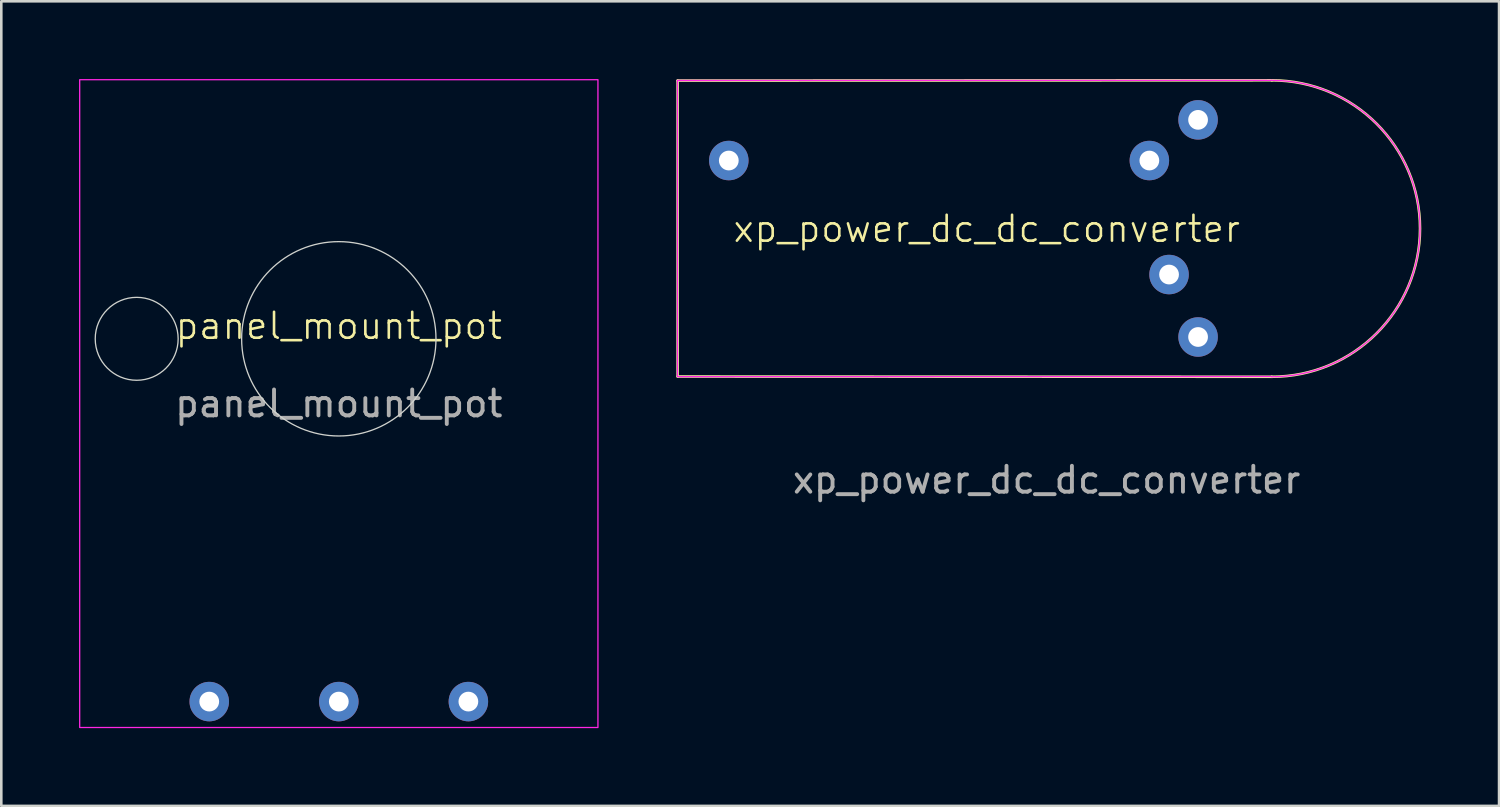
<source format=kicad_pcb>
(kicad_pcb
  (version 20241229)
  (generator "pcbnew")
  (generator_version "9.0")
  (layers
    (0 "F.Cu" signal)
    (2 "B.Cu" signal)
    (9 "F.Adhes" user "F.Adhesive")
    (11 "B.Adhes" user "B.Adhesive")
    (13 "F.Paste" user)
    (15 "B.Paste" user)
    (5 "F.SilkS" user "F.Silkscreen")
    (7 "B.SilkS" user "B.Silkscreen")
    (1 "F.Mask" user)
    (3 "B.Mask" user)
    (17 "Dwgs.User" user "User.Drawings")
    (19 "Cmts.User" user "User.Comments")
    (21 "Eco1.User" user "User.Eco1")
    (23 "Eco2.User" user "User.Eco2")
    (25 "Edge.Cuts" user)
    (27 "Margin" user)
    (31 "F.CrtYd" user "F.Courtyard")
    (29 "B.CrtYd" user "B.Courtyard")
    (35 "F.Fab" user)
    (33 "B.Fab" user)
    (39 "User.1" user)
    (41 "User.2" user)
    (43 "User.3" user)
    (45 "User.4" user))
  (footprint "xp_power_dc_dc_converter"
    (layer "F.Cu")
    (at 37.42 5.77)
    (property "Reference" "xp_power_dc_dc_converter" (at -2.39 0.01 0) (unlocked yes) (layer "F.SilkS") (effects (font (size 1 1) (thickness 0.1))))
    (attr through_hole)
    (fp_line (start -14.32 -5.71) (end -14.32 5.71) (stroke (width 0.1) (type default)) (layer "F.SilkS"))
    (fp_line (start -14.32 -5.71) (end 8.61 -5.72) (stroke (width 0.1) (type default)) (layer "F.SilkS"))
    (fp_line (start -14.32 5.71) (end 8.61 5.72) (stroke (width 0.1) (type default)) (layer "F.SilkS"))
    (fp_arc (start 8.61 -5.72) (mid 14.33 0) (end 8.61 5.72) (stroke (width 0.1) (type default)) (layer "F.SilkS"))
    (fp_line (start -14.325 -5.715) (end -14.325 5.715) (stroke (width 0.05) (type default)) (layer "F.CrtYd"))
    (fp_line (start -14.325 -5.715) (end 8.61 -5.72) (stroke (width 0.05) (type default)) (layer "F.CrtYd"))
    (fp_line (start -14.325 5.715) (end 8.61 5.71) (stroke (width 0.05) (type default)) (layer "F.CrtYd"))
    (fp_arc (start 8.61 -5.72) (mid 14.33 0) (end 8.61 5.72) (stroke (width 0.05) (type default)) (layer "F.CrtYd"))
    (fp_text user "${REFERENCE}" (at -0.08 9.7 0) (unlocked yes) (layer "F.Fab") (effects (font (size 1 1) (thickness 0.15))))
    (pad "1" thru_hole circle (at 5.765 -4.195) (size 1.524 1.524) (drill 0.762) (layers "*.Cu" "*.Mask"))
    (pad "2" thru_hole circle (at 4.645 1.775) (size 1.524 1.524) (drill 0.762) (layers "*.Cu" "*.Mask"))
    (pad "3" thru_hole circle (at -12.345 -2.625) (size 1.524 1.524) (drill 0.762) (layers "*.Cu" "*.Mask"))
    (pad "4" thru_hole circle (at 3.885 -2.625) (size 1.524 1.524) (drill 0.762) (layers "*.Cu" "*.Mask"))
    (pad "5" thru_hole circle (at 5.765 4.185) (size 1.524 1.524) (drill 0.762) (layers "*.Cu" "*.Mask")))
  (footprint "panel_mount_pot"
    (layer "F.Cu")
    (at 10.025 10.025)
    (property "Reference" "panel_mount_pot" (at 0 -0.5 0) (unlocked yes) (layer "F.SilkS") (effects (font (size 1 1) (thickness 0.1))))
    (attr through_hole)
    (fp_circle (center -7.8 0) (end -6.2 0) (stroke (width 0.05) (type default)) (fill no) (layer "Edge.Cuts"))
    (fp_circle (center 0 0) (end 3.75 0) (stroke (width 0.05) (type default)) (fill no) (layer "Edge.Cuts"))
    (fp_rect (start -10 -10) (end 10 15) (stroke (width 0.05) (type default)) (fill no) (layer "F.CrtYd"))
    (fp_text user "${REFERENCE}" (at 0 2.5 0) (unlocked yes) (layer "F.Fab") (effects (font (size 1 1) (thickness 0.15))))
    (pad "1" thru_hole circle (at -5 14) (size 1.524 1.524) (drill 0.762) (layers "*.Cu" "*.Mask"))
    (pad "2" thru_hole circle (at 0 14) (size 1.524 1.524) (drill 0.762) (layers "*.Cu" "*.Mask"))
    (pad "3" thru_hole circle (at 5 14) (size 1.524 1.524) (drill 0.762) (layers "*.Cu" "*.Mask")))
  (gr_rect
    (start -3 -3)
    (end 54.8 28.05)
    (stroke (width 0.1) (type default))
    (fill no)
    (layer "Edge.Cuts")))
</source>
